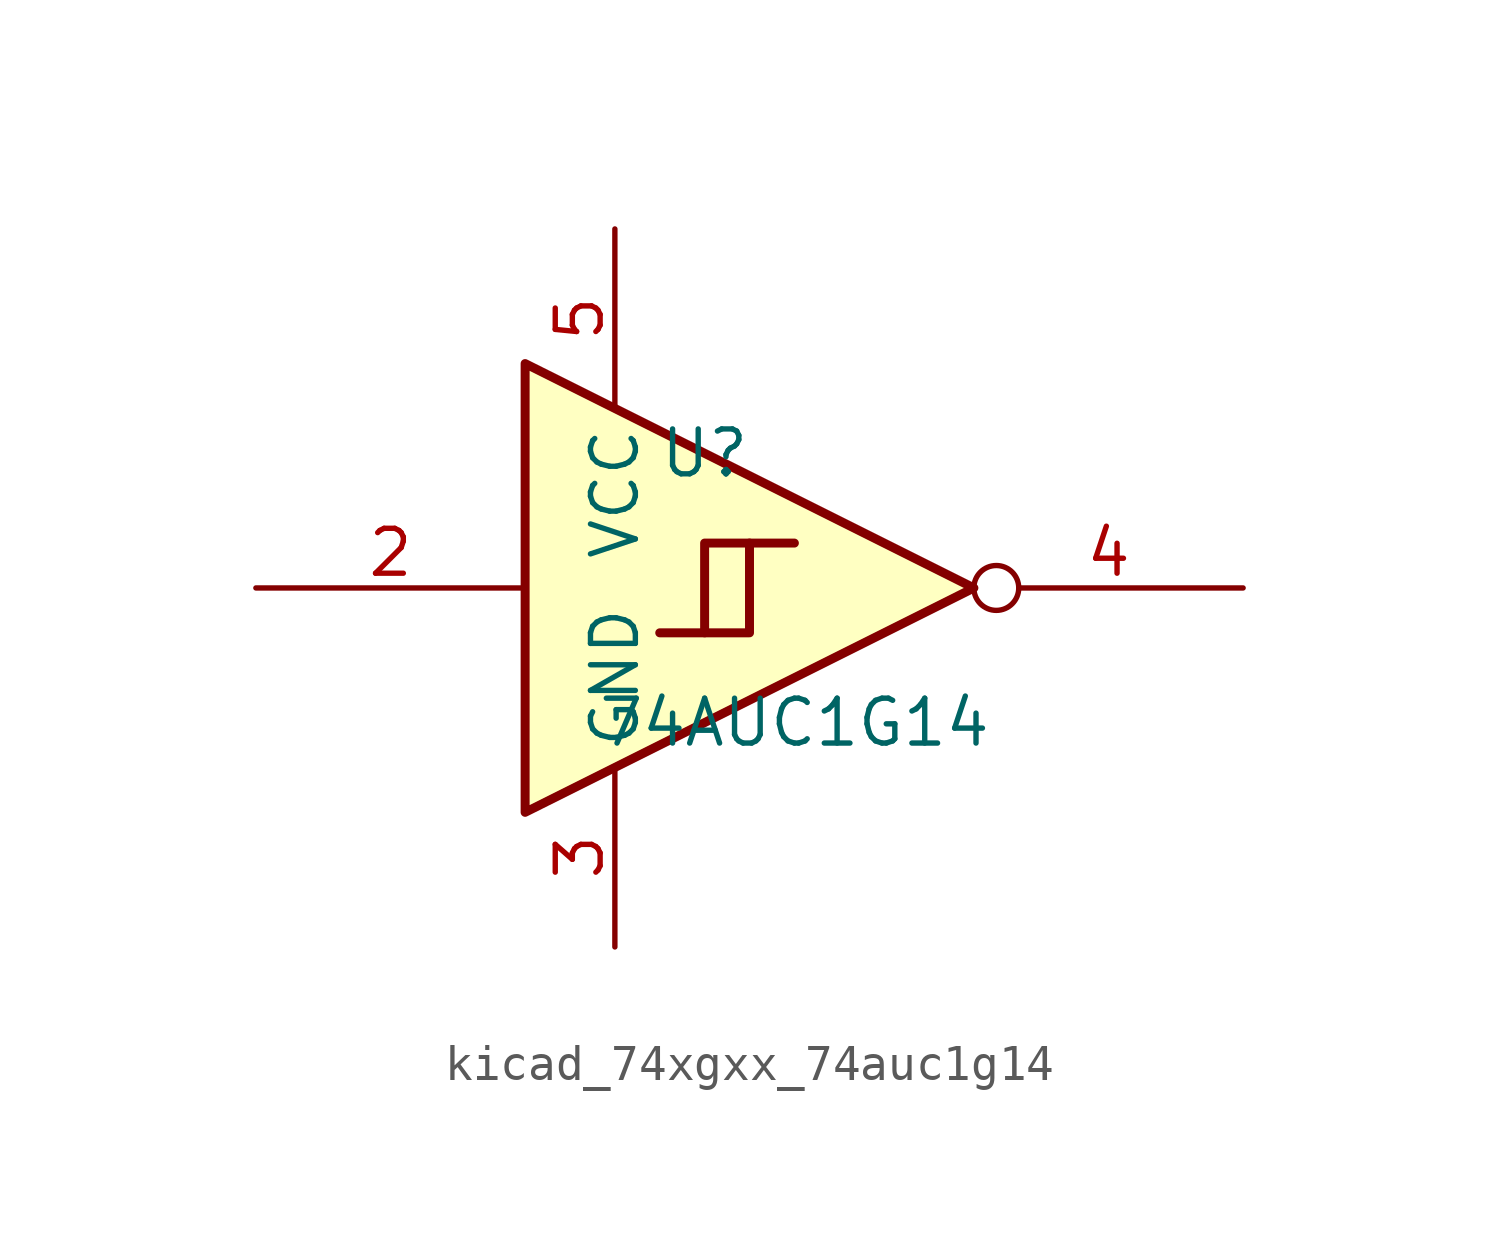
<source format=kicad_sym>
(kicad_symbol_lib
  (version 20220914)
  (generator kicad_symbol_editor)
  (symbol "kicad_74xgxx_74auc1g14"
    (property "Reference" "U"
      (at -2.54 3.81 0)
      (effects (font (size 1.27 1.27))))
    (property "Value" "74AUC1G14"
      (at 0 -3.81 0)
      (effects (font (size 1.27 1.27))))
    (symbol "kicad_74xgxx_74auc1g14_0_1"
      (polyline (pts (xy -2.54 -1.27) (xy -1.27 -1.27) (xy -1.27 1.27)) (stroke (width 0.254) (type default)) (fill (type background)))
      (polyline (pts (xy -7.62 6.35) (xy -7.62 -6.35) (xy 5.08 0) (xy -7.62 6.35)) (stroke (width 0.254) (type default)) (fill (type background)))
      (polyline (pts (xy -3.81 -1.27) (xy -2.54 -1.27) (xy -2.54 1.27) (xy 0 1.27)) (stroke (width 0.254) (type default)) (fill (type background))))
    (symbol "kicad_74xgxx_74auc1g14_1_1"
      (pin input line (at -15.24 0 0) (length 7.62) (name "~" (effects (font (size 1.27 1.27)))) (number "2" (effects (font (size 1.27 1.27)))))
      (pin power_in line (at -5.08 -10.16 90) (length 5.08) (name "GND" (effects (font (size 1.27 1.27)))) (number "3" (effects (font (size 1.27 1.27)))))
      (pin output inverted (at 12.7 0 180) (length 7.62) (name "~" (effects (font (size 1.27 1.27)))) (number "4" (effects (font (size 1.27 1.27)))))
      (pin power_in line (at -5.08 10.16 270) (length 5.08) (name "VCC" (effects (font (size 1.27 1.27)))) (number "5" (effects (font (size 1.27 1.27))))))))
</source>
